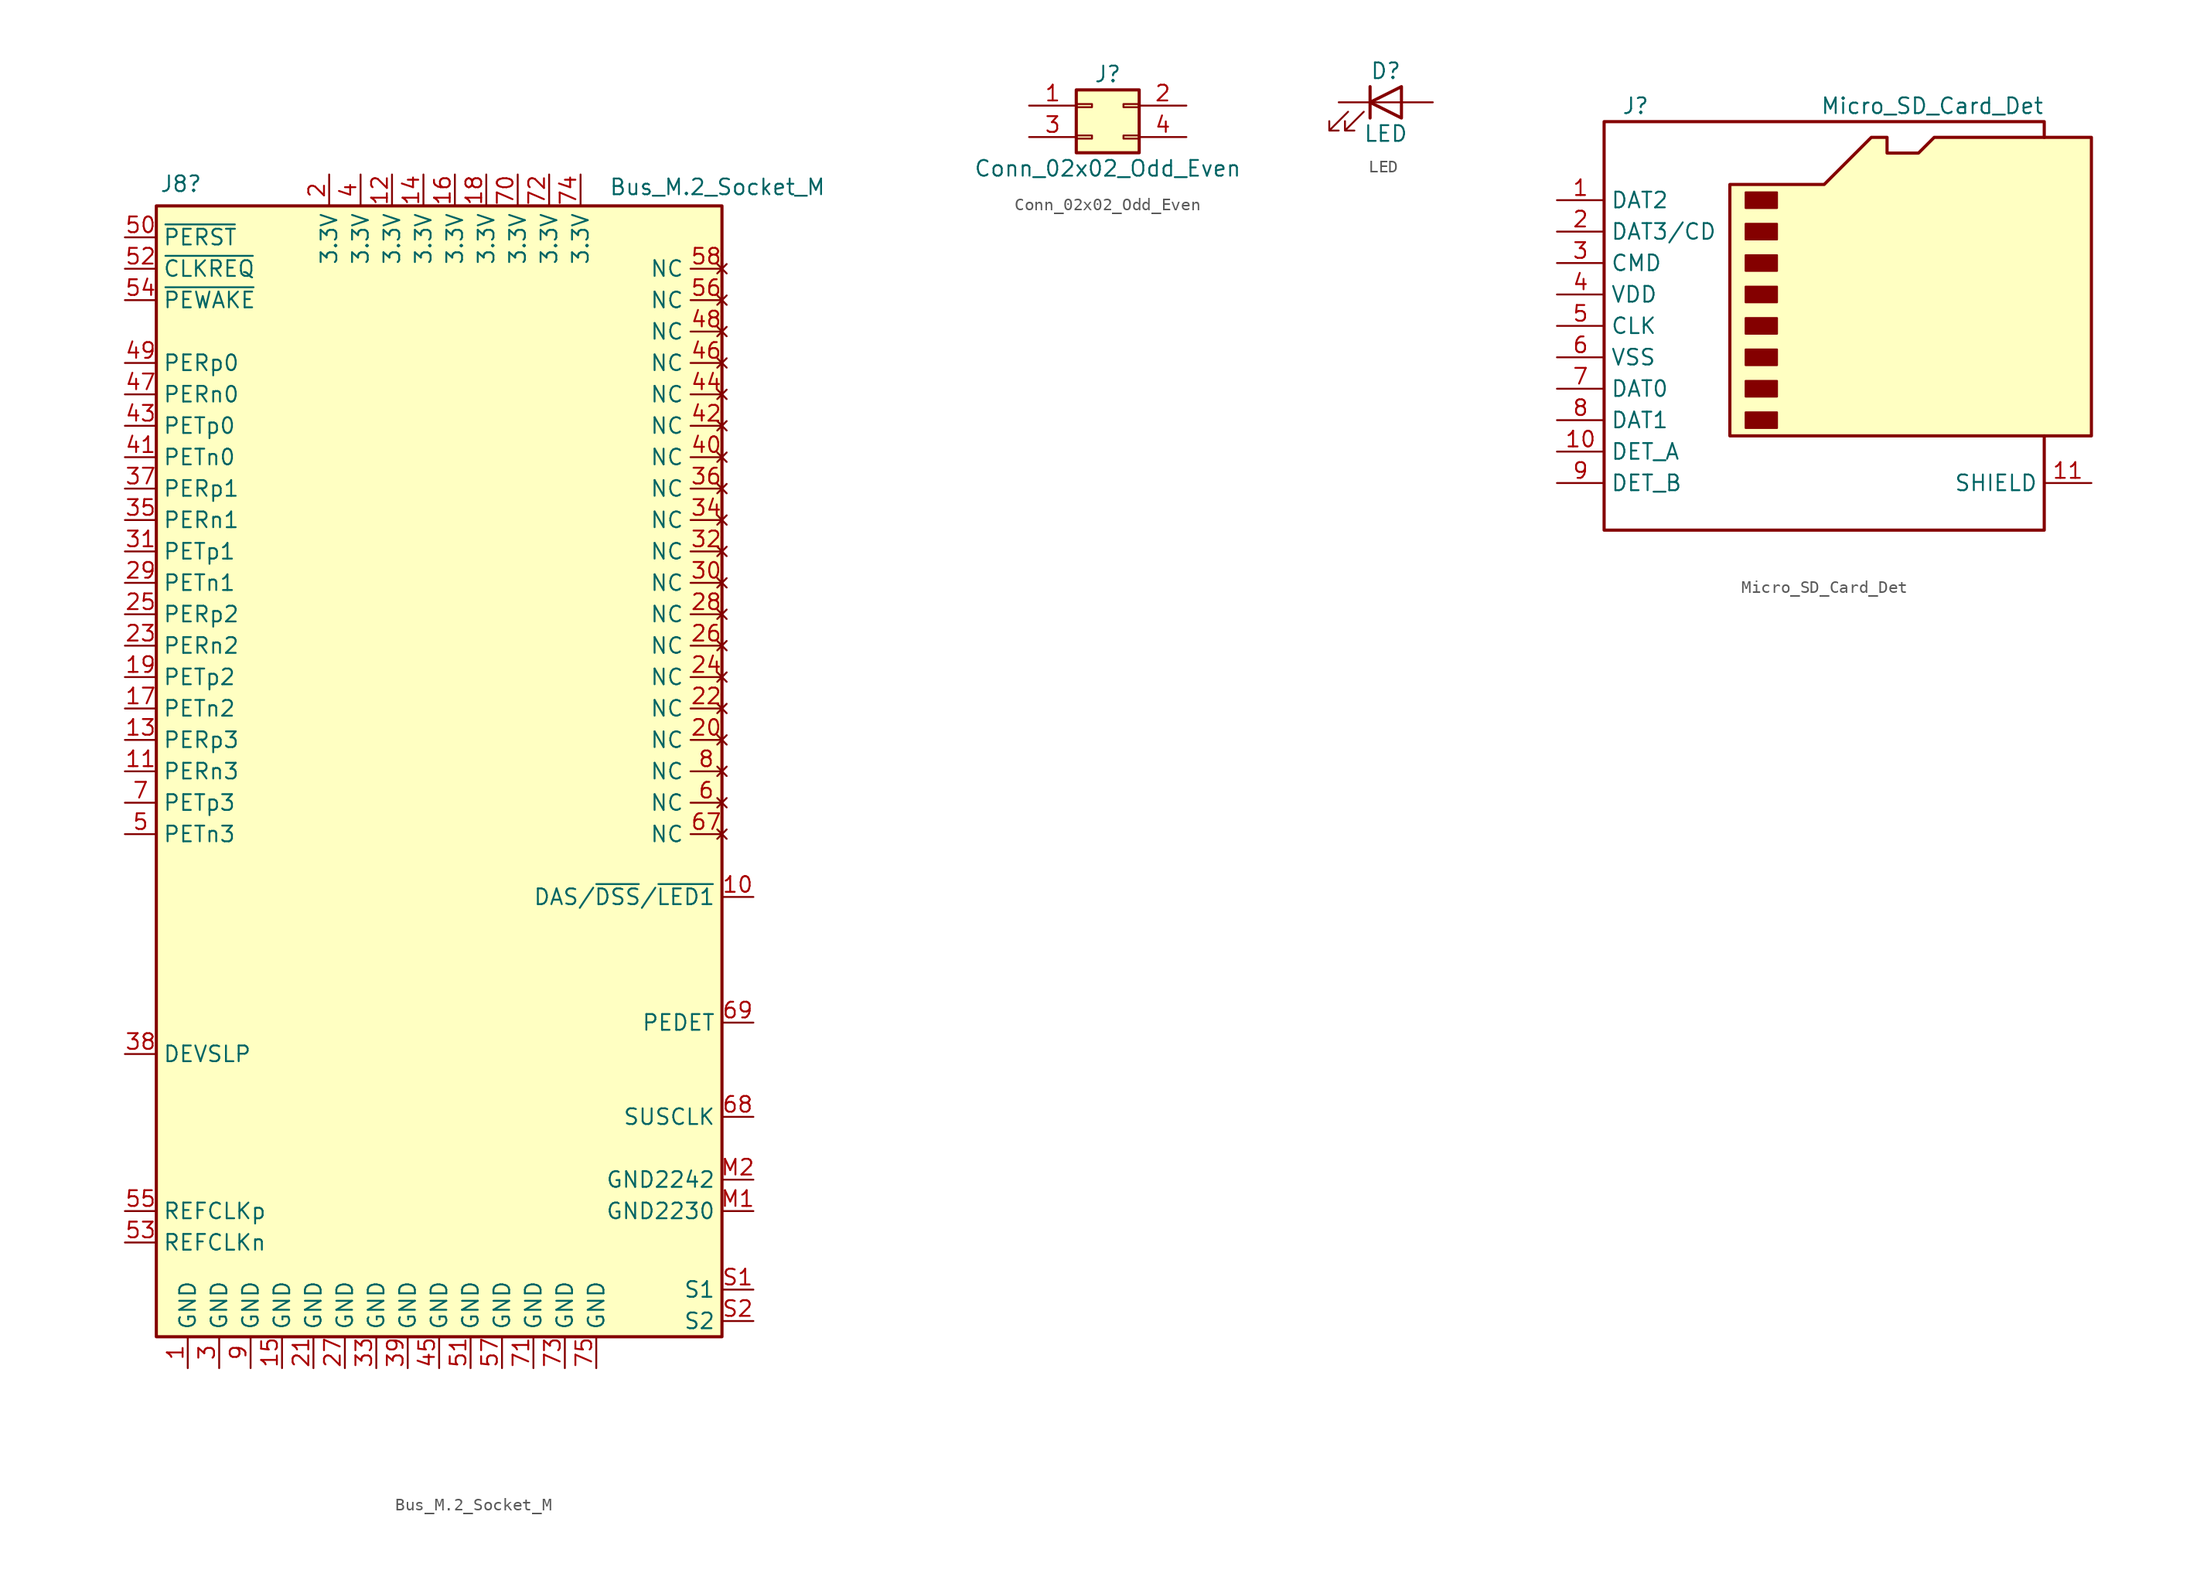
<source format=kicad_sym>
(kicad_symbol_lib
  (version 20231120)
  (generator "kicad_symbol_editor")
  (generator_version "8.0")
  (symbol "Bus_M.2_Socket_M"
    (property "Reference" "J8"
      (at -22.606 47.498 0)
      (effects (font (size 1.27 1.27)) (justify left)))
    (property "Value" "Bus_M.2_Socket_M"
      (at 13.716 47.244 0)
      (effects (font (size 1.27 1.27)) (justify left)))
    (symbol "Bus_M.2_Socket_M_0_1"
      (rectangle (start -22.86 45.72) (end 22.86 -45.72) (stroke (width 0.254) (type default)) (fill (type background))))
    (symbol "Bus_M.2_Socket_M_1_1"
      (pin power_in line (at -20.32 -48.26 90) (length 2.54) (name "GND" (effects (font (size 1.27 1.27)))) (number "1" (effects (font (size 1.27 1.27)))))
      (pin bidirectional line (at 25.4 -10.16 180) (length 2.54) (name "DAS/~{DSS}/~{LED1}" (effects (font (size 1.27 1.27)))) (number "10" (effects (font (size 1.27 1.27)))))
      (pin input line (at -25.4 0 0) (length 2.54) (name "PERn3" (effects (font (size 1.27 1.27)))) (number "11" (effects (font (size 1.27 1.27)))))
      (pin power_in line (at -3.81 48.26 270) (length 2.54) (name "3.3V" (effects (font (size 1.27 1.27)))) (number "12" (effects (font (size 1.27 1.27)))))
      (pin input line (at -25.4 2.54 0) (length 2.54) (name "PERp3" (effects (font (size 1.27 1.27)))) (number "13" (effects (font (size 1.27 1.27)))))
      (pin power_in line (at -1.27 48.26 270) (length 2.54) (name "3.3V" (effects (font (size 1.27 1.27)))) (number "14" (effects (font (size 1.27 1.27)))))
      (pin power_in line (at -12.7 -48.26 90) (length 2.54) (name "GND" (effects (font (size 1.27 1.27)))) (number "15" (effects (font (size 1.27 1.27)))))
      (pin power_in line (at 1.27 48.26 270) (length 2.54) (name "3.3V" (effects (font (size 1.27 1.27)))) (number "16" (effects (font (size 1.27 1.27)))))
      (pin output line (at -25.4 5.08 0) (length 2.54) (name "PETn2" (effects (font (size 1.27 1.27)))) (number "17" (effects (font (size 1.27 1.27)))))
      (pin power_in line (at 3.81 48.26 270) (length 2.54) (name "3.3V" (effects (font (size 1.27 1.27)))) (number "18" (effects (font (size 1.27 1.27)))))
      (pin output line (at -25.4 7.62 0) (length 2.54) (name "PETp2" (effects (font (size 1.27 1.27)))) (number "19" (effects (font (size 1.27 1.27)))))
      (pin power_in line (at -8.89 48.26 270) (length 2.54) (name "3.3V" (effects (font (size 1.27 1.27)))) (number "2" (effects (font (size 1.27 1.27)))))
      (pin no_connect line (at 22.86 2.54 180) (length 2.54) (name "NC" (effects (font (size 1.27 1.27)))) (number "20" (effects (font (size 1.27 1.27)))))
      (pin power_in line (at -10.16 -48.26 90) (length 2.54) (name "GND" (effects (font (size 1.27 1.27)))) (number "21" (effects (font (size 1.27 1.27)))))
      (pin no_connect line (at 22.86 5.08 180) (length 2.54) (name "NC" (effects (font (size 1.27 1.27)))) (number "22" (effects (font (size 1.27 1.27)))))
      (pin input line (at -25.4 10.16 0) (length 2.54) (name "PERn2" (effects (font (size 1.27 1.27)))) (number "23" (effects (font (size 1.27 1.27)))))
      (pin no_connect line (at 22.86 7.62 180) (length 2.54) (name "NC" (effects (font (size 1.27 1.27)))) (number "24" (effects (font (size 1.27 1.27)))))
      (pin input line (at -25.4 12.7 0) (length 2.54) (name "PERp2" (effects (font (size 1.27 1.27)))) (number "25" (effects (font (size 1.27 1.27)))))
      (pin no_connect line (at 22.86 10.16 180) (length 2.54) (name "NC" (effects (font (size 1.27 1.27)))) (number "26" (effects (font (size 1.27 1.27)))))
      (pin power_in line (at -7.62 -48.26 90) (length 2.54) (name "GND" (effects (font (size 1.27 1.27)))) (number "27" (effects (font (size 1.27 1.27)))))
      (pin no_connect line (at 22.86 12.7 180) (length 2.54) (name "NC" (effects (font (size 1.27 1.27)))) (number "28" (effects (font (size 1.27 1.27)))))
      (pin output line (at -25.4 15.24 0) (length 2.54) (name "PETn1" (effects (font (size 1.27 1.27)))) (number "29" (effects (font (size 1.27 1.27)))))
      (pin power_in line (at -17.78 -48.26 90) (length 2.54) (name "GND" (effects (font (size 1.27 1.27)))) (number "3" (effects (font (size 1.27 1.27)))))
      (pin no_connect line (at 22.86 15.24 180) (length 2.54) (name "NC" (effects (font (size 1.27 1.27)))) (number "30" (effects (font (size 1.27 1.27)))))
      (pin output line (at -25.4 17.78 0) (length 2.54) (name "PETp1" (effects (font (size 1.27 1.27)))) (number "31" (effects (font (size 1.27 1.27)))))
      (pin no_connect line (at 22.86 17.78 180) (length 2.54) (name "NC" (effects (font (size 1.27 1.27)))) (number "32" (effects (font (size 1.27 1.27)))))
      (pin power_in line (at -5.08 -48.26 90) (length 2.54) (name "GND" (effects (font (size 1.27 1.27)))) (number "33" (effects (font (size 1.27 1.27)))))
      (pin no_connect line (at 22.86 20.32 180) (length 2.54) (name "NC" (effects (font (size 1.27 1.27)))) (number "34" (effects (font (size 1.27 1.27)))))
      (pin input line (at -25.4 20.32 0) (length 2.54) (name "PERn1" (effects (font (size 1.27 1.27)))) (number "35" (effects (font (size 1.27 1.27)))))
      (pin no_connect line (at 22.86 22.86 180) (length 2.54) (name "NC" (effects (font (size 1.27 1.27)))) (number "36" (effects (font (size 1.27 1.27)))))
      (pin input line (at -25.4 22.86 0) (length 2.54) (name "PERp1" (effects (font (size 1.27 1.27)))) (number "37" (effects (font (size 1.27 1.27)))))
      (pin input line (at -25.4 -22.86 0) (length 2.54) (name "DEVSLP" (effects (font (size 1.27 1.27)))) (number "38" (effects (font (size 1.27 1.27)))))
      (pin power_in line (at -2.54 -48.26 90) (length 2.54) (name "GND" (effects (font (size 1.27 1.27)))) (number "39" (effects (font (size 1.27 1.27)))))
      (pin power_in line (at -6.35 48.26 270) (length 2.54) (name "3.3V" (effects (font (size 1.27 1.27)))) (number "4" (effects (font (size 1.27 1.27)))))
      (pin no_connect line (at 22.86 25.4 180) (length 2.54) (name "NC" (effects (font (size 1.27 1.27)))) (number "40" (effects (font (size 1.27 1.27)))))
      (pin output line (at -25.4 25.4 0) (length 2.54) (name "PETn0" (effects (font (size 1.27 1.27)))) (number "41" (effects (font (size 1.27 1.27)))))
      (pin no_connect line (at 22.86 27.94 180) (length 2.54) (name "NC" (effects (font (size 1.27 1.27)))) (number "42" (effects (font (size 1.27 1.27)))))
      (pin output line (at -25.4 27.94 0) (length 2.54) (name "PETp0" (effects (font (size 1.27 1.27)))) (number "43" (effects (font (size 1.27 1.27)))))
      (pin no_connect line (at 22.86 30.48 180) (length 2.54) (name "NC" (effects (font (size 1.27 1.27)))) (number "44" (effects (font (size 1.27 1.27)))))
      (pin power_in line (at 0 -48.26 90) (length 2.54) (name "GND" (effects (font (size 1.27 1.27)))) (number "45" (effects (font (size 1.27 1.27)))))
      (pin no_connect line (at 22.86 33.02 180) (length 2.54) (name "NC" (effects (font (size 1.27 1.27)))) (number "46" (effects (font (size 1.27 1.27)))))
      (pin input line (at -25.4 30.48 0) (length 2.54) (name "PERn0" (effects (font (size 1.27 1.27)))) (number "47" (effects (font (size 1.27 1.27)))))
      (pin no_connect line (at 22.86 35.56 180) (length 2.54) (name "NC" (effects (font (size 1.27 1.27)))) (number "48" (effects (font (size 1.27 1.27)))))
      (pin input line (at -25.4 33.02 0) (length 2.54) (name "PERp0" (effects (font (size 1.27 1.27)))) (number "49" (effects (font (size 1.27 1.27)))))
      (pin output line (at -25.4 -5.08 0) (length 2.54) (name "PETn3" (effects (font (size 1.27 1.27)))) (number "5" (effects (font (size 1.27 1.27)))))
      (pin input line (at -25.4 43.18 0) (length 2.54) (name "~{PERST}" (effects (font (size 1.27 1.27)))) (number "50" (effects (font (size 1.27 1.27)))))
      (pin power_in line (at 2.54 -48.26 90) (length 2.54) (name "GND" (effects (font (size 1.27 1.27)))) (number "51" (effects (font (size 1.27 1.27)))))
      (pin bidirectional line (at -25.4 40.64 0) (length 2.54) (name "~{CLKREQ}" (effects (font (size 1.27 1.27)))) (number "52" (effects (font (size 1.27 1.27)))))
      (pin input line (at -25.4 -38.1 0) (length 2.54) (name "REFCLKn" (effects (font (size 1.27 1.27)))) (number "53" (effects (font (size 1.27 1.27)))))
      (pin bidirectional line (at -25.4 38.1 0) (length 2.54) (name "~{PEWAKE}" (effects (font (size 1.27 1.27)))) (number "54" (effects (font (size 1.27 1.27)))))
      (pin input line (at -25.4 -35.56 0) (length 2.54) (name "REFCLKp" (effects (font (size 1.27 1.27)))) (number "55" (effects (font (size 1.27 1.27)))))
      (pin no_connect line (at 22.86 38.1 180) (length 2.54) (name "NC" (effects (font (size 1.27 1.27)))) (number "56" (effects (font (size 1.27 1.27)))))
      (pin power_in line (at 5.08 -48.26 90) (length 2.54) (name "GND" (effects (font (size 1.27 1.27)))) (number "57" (effects (font (size 1.27 1.27)))))
      (pin no_connect line (at 22.86 40.64 180) (length 2.54) (name "NC" (effects (font (size 1.27 1.27)))) (number "58" (effects (font (size 1.27 1.27)))))
      (pin no_connect line (at 22.86 -2.54 180) (length 2.54) (name "NC" (effects (font (size 1.27 1.27)))) (number "6" (effects (font (size 1.27 1.27)))))
      (pin no_connect line (at 22.86 -5.08 180) (length 2.54) (name "NC" (effects (font (size 1.27 1.27)))) (number "67" (effects (font (size 1.27 1.27)))))
      (pin input line (at 25.4 -27.94 180) (length 2.54) (name "SUSCLK" (effects (font (size 1.27 1.27)))) (number "68" (effects (font (size 1.27 1.27)))))
      (pin passive line (at 25.4 -20.32 180) (length 2.54) (name "PEDET" (effects (font (size 1.27 1.27)))) (number "69" (effects (font (size 1.27 1.27)))))
      (pin output line (at -25.4 -2.54 0) (length 2.54) (name "PETp3" (effects (font (size 1.27 1.27)))) (number "7" (effects (font (size 1.27 1.27)))))
      (pin power_in line (at 6.35 48.26 270) (length 2.54) (name "3.3V" (effects (font (size 1.27 1.27)))) (number "70" (effects (font (size 1.27 1.27)))))
      (pin power_in line (at 7.62 -48.26 90) (length 2.54) (name "GND" (effects (font (size 1.27 1.27)))) (number "71" (effects (font (size 1.27 1.27)))))
      (pin power_in line (at 8.89 48.26 270) (length 2.54) (name "3.3V" (effects (font (size 1.27 1.27)))) (number "72" (effects (font (size 1.27 1.27)))))
      (pin power_in line (at 10.16 -48.26 90) (length 2.54) (name "GND" (effects (font (size 1.27 1.27)))) (number "73" (effects (font (size 1.27 1.27)))))
      (pin power_in line (at 11.43 48.26 270) (length 2.54) (name "3.3V" (effects (font (size 1.27 1.27)))) (number "74" (effects (font (size 1.27 1.27)))))
      (pin power_in line (at 12.7 -48.26 90) (length 2.54) (name "GND" (effects (font (size 1.27 1.27)))) (number "75" (effects (font (size 1.27 1.27)))))
      (pin no_connect line (at 22.86 0 180) (length 2.54) (name "NC" (effects (font (size 1.27 1.27)))) (number "8" (effects (font (size 1.27 1.27)))))
      (pin power_in line (at -15.24 -48.26 90) (length 2.54) (name "GND" (effects (font (size 1.27 1.27)))) (number "9" (effects (font (size 1.27 1.27)))))
      (pin passive line (at 25.4 -35.56 180) (length 2.54) (name "GND2230" (effects (font (size 1.27 1.27)))) (number "M1" (effects (font (size 1.27 1.27)))))
      (pin passive line (at 25.4 -33.02 180) (length 2.54) (name "GND2242" (effects (font (size 1.27 1.27)))) (number "M2" (effects (font (size 1.27 1.27)))))
      (pin passive line (at 25.4 -41.91 180) (length 2.54) (name "S1" (effects (font (size 1.27 1.27)))) (number "S1" (effects (font (size 1.27 1.27)))))
      (pin passive line (at 25.4 -44.45 180) (length 2.54) (name "S2" (effects (font (size 1.27 1.27)))) (number "S2" (effects (font (size 1.27 1.27)))))))
  (symbol "Conn_02x02_Odd_Even"
    (pin_names hide)
    (property "Reference" "J"
      (at 1.27 2.54 0)
      (effects (font (size 1.27 1.27))))
    (property "Value" "Conn_02x02_Odd_Even"
      (at 1.27 -5.08 0)
      (effects (font (size 1.27 1.27))))
    (symbol "Conn_02x02_Odd_Even_1_1"
      (rectangle (start -1.27 -2.413) (end 0 -2.667) (stroke (width 0) (type default)) (fill (type none)))
      (rectangle (start -1.27 0.127) (end 0 -0.127) (stroke (width 0) (type default)) (fill (type none)))
      (rectangle (start -1.27 1.27) (end 3.81 -3.81) (stroke (width 0.254) (type default)) (fill (type background)))
      (rectangle (start 3.81 -2.413) (end 2.54 -2.667) (stroke (width 0) (type default)) (fill (type none)))
      (rectangle (start 3.81 0.127) (end 2.54 -0.127) (stroke (width 0) (type default)) (fill (type none)))
      (pin passive line (at -5.08 0 0) (length 3.81) (name "Pin_1" (effects (font (size 1.27 1.27)))) (number "1" (effects (font (size 1.27 1.27)))))
      (pin passive line (at 7.62 0 180) (length 3.81) (name "Pin_2" (effects (font (size 1.27 1.27)))) (number "2" (effects (font (size 1.27 1.27)))))
      (pin passive line (at -5.08 -2.54 0) (length 3.81) (name "Pin_3" (effects (font (size 1.27 1.27)))) (number "3" (effects (font (size 1.27 1.27)))))
      (pin passive line (at 7.62 -2.54 180) (length 3.81) (name "Pin_4" (effects (font (size 1.27 1.27)))) (number "4" (effects (font (size 1.27 1.27)))))))
  (symbol "LED"
    (pin_numbers hide)
    (pin_names hide)
    (property "Reference" "D"
      (at 0 2.54 0)
      (effects (font (size 1.27 1.27))))
    (property "Value" "LED"
      (at 0 -2.54 0)
      (effects (font (size 1.27 1.27))))
    (symbol "LED_0_1"
      (polyline (pts (xy -1.27 -1.27) (xy -1.27 1.27)) (stroke (width 0.254) (type default)) (fill (type none)))
      (polyline (pts (xy -1.27 0) (xy 1.27 0)) (stroke (width 0) (type default)) (fill (type none)))
      (polyline (pts (xy 1.27 -1.27) (xy 1.27 1.27) (xy -1.27 0) (xy 1.27 -1.27)) (stroke (width 0.254) (type default)) (fill (type none)))
      (polyline (pts (xy -3.048 -0.762) (xy -4.572 -2.286) (xy -3.81 -2.286) (xy -4.572 -2.286) (xy -4.572 -1.524)) (stroke (width 0) (type default)) (fill (type none)))
      (polyline (pts (xy -1.778 -0.762) (xy -3.302 -2.286) (xy -2.54 -2.286) (xy -3.302 -2.286) (xy -3.302 -1.524)) (stroke (width 0) (type default)) (fill (type none))))
    (symbol "LED_1_1"
      (pin passive line (at -3.81 0 0) (length 2.54) (name "K" (effects (font (size 1.27 1.27)))) (number "1" (effects (font (size 1.27 1.27)))))
      (pin passive line (at 3.81 0 180) (length 2.54) (name "A" (effects (font (size 1.27 1.27)))) (number "2" (effects (font (size 1.27 1.27)))))))
  (symbol "Micro_SD_Card_Det"
    (property "Reference" "J"
      (at -16.51 17.78 0)
      (effects (font (size 1.27 1.27))))
    (property "Value" "Micro_SD_Card_Det"
      (at 16.51 17.78 0)
      (effects (font (size 1.27 1.27)) (justify right)))
    (symbol "Micro_SD_Card_Det_0_1"
      (rectangle (start -7.62 -6.985) (end -5.08 -8.255) (stroke (width 0) (type default)) (fill (type outline)))
      (rectangle (start -7.62 -4.445) (end -5.08 -5.715) (stroke (width 0) (type default)) (fill (type outline)))
      (rectangle (start -7.62 -1.905) (end -5.08 -3.175) (stroke (width 0) (type default)) (fill (type outline)))
      (rectangle (start -7.62 0.635) (end -5.08 -0.635) (stroke (width 0) (type default)) (fill (type outline)))
      (rectangle (start -7.62 3.175) (end -5.08 1.905) (stroke (width 0) (type default)) (fill (type outline)))
      (rectangle (start -7.62 5.715) (end -5.08 4.445) (stroke (width 0) (type default)) (fill (type outline)))
      (rectangle (start -7.62 8.255) (end -5.08 6.985) (stroke (width 0) (type default)) (fill (type outline)))
      (rectangle (start -7.62 10.795) (end -5.08 9.525) (stroke (width 0) (type default)) (fill (type outline)))
      (polyline (pts (xy 16.51 15.24) (xy 16.51 16.51) (xy -19.05 16.51) (xy -19.05 -16.51) (xy 16.51 -16.51) (xy 16.51 -8.89)) (stroke (width 0.254) (type default)) (fill (type none)))
      (polyline (pts (xy -8.89 -8.89) (xy -8.89 11.43) (xy -1.27 11.43) (xy 2.54 15.24) (xy 3.81 15.24) (xy 3.81 13.97) (xy 6.35 13.97) (xy 7.62 15.24) (xy 20.32 15.24) (xy 20.32 -8.89) (xy -8.89 -8.89)) (stroke (width 0.254) (type default)) (fill (type background))))
    (symbol "Micro_SD_Card_Det_1_1"
      (pin bidirectional line (at -22.86 10.16 0) (length 3.81) (name "DAT2" (effects (font (size 1.27 1.27)))) (number "1" (effects (font (size 1.27 1.27)))))
      (pin passive line (at -22.86 -10.16 0) (length 3.81) (name "DET_A" (effects (font (size 1.27 1.27)))) (number "10" (effects (font (size 1.27 1.27)))))
      (pin passive line (at 20.32 -12.7 180) (length 3.81) (name "SHIELD" (effects (font (size 1.27 1.27)))) (number "11" (effects (font (size 1.27 1.27)))))
      (pin bidirectional line (at -22.86 7.62 0) (length 3.81) (name "DAT3/CD" (effects (font (size 1.27 1.27)))) (number "2" (effects (font (size 1.27 1.27)))))
      (pin input line (at -22.86 5.08 0) (length 3.81) (name "CMD" (effects (font (size 1.27 1.27)))) (number "3" (effects (font (size 1.27 1.27)))))
      (pin power_in line (at -22.86 2.54 0) (length 3.81) (name "VDD" (effects (font (size 1.27 1.27)))) (number "4" (effects (font (size 1.27 1.27)))))
      (pin input line (at -22.86 0 0) (length 3.81) (name "CLK" (effects (font (size 1.27 1.27)))) (number "5" (effects (font (size 1.27 1.27)))))
      (pin power_in line (at -22.86 -2.54 0) (length 3.81) (name "VSS" (effects (font (size 1.27 1.27)))) (number "6" (effects (font (size 1.27 1.27)))))
      (pin bidirectional line (at -22.86 -5.08 0) (length 3.81) (name "DAT0" (effects (font (size 1.27 1.27)))) (number "7" (effects (font (size 1.27 1.27)))))
      (pin bidirectional line (at -22.86 -7.62 0) (length 3.81) (name "DAT1" (effects (font (size 1.27 1.27)))) (number "8" (effects (font (size 1.27 1.27)))))
      (pin passive line (at -22.86 -12.7 0) (length 3.81) (name "DET_B" (effects (font (size 1.27 1.27)))) (number "9" (effects (font (size 1.27 1.27))))))))
</source>
